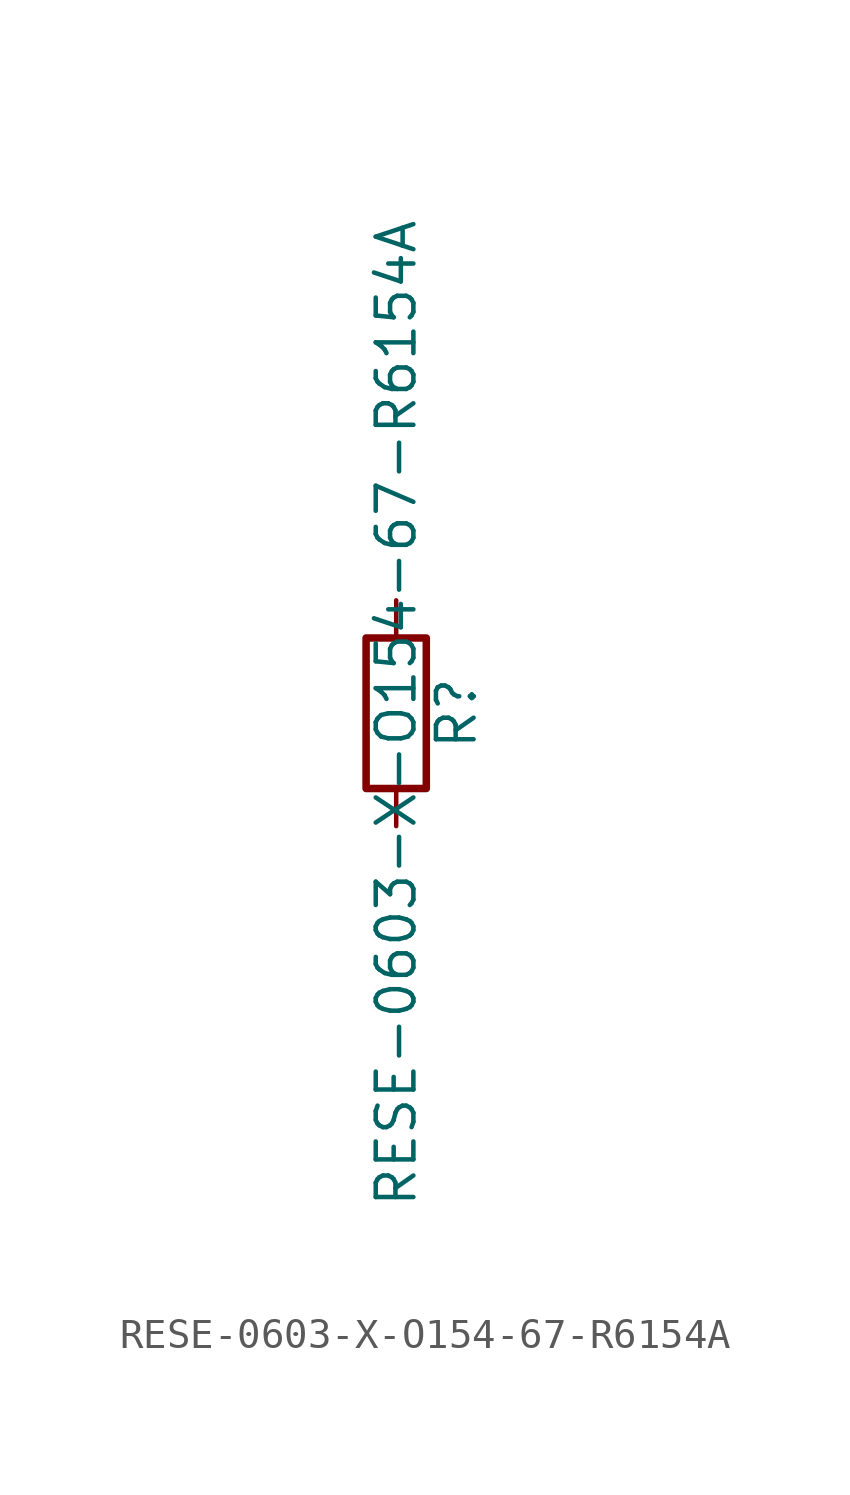
<source format=kicad_sym>
(kicad_symbol_lib
  (version 20211014)
  (generator kicad_symbol_editor)
  (symbol "RESE-0603-X-O154-67-R6154A"
    (pin_numbers hide)
    (pin_names
      (offset 0))
    (property "Reference" "R"
      (at 2.032 0 90)
      (effects (font (size 1.27 1.27))))
    (property "Value" "RESE-0603-X-O154-67-R6154A"
      (at 0 0 90)
      (effects (font (size 1.27 1.27))))
    (symbol "RESE-0603-X-O154-67-R6154A_0_1"
      (rectangle (start -1.016 -2.54) (end 1.016 2.54) (stroke (width 0.254) (type default) (color 0 0 0 0)) (fill (type none))))
    (symbol "RESE-0603-X-O154-67-R6154A_1_1"
      (pin passive line (at 0 3.81 270) (length 1.27) (name "~" (effects (font (size 1.27 1.27)))) (number "1" (effects (font (size 1.27 1.27)))))
      (pin passive line (at 0 -3.81 90) (length 1.27) (name "~" (effects (font (size 1.27 1.27)))) (number "2" (effects (font (size 1.27 1.27))))))))
</source>
